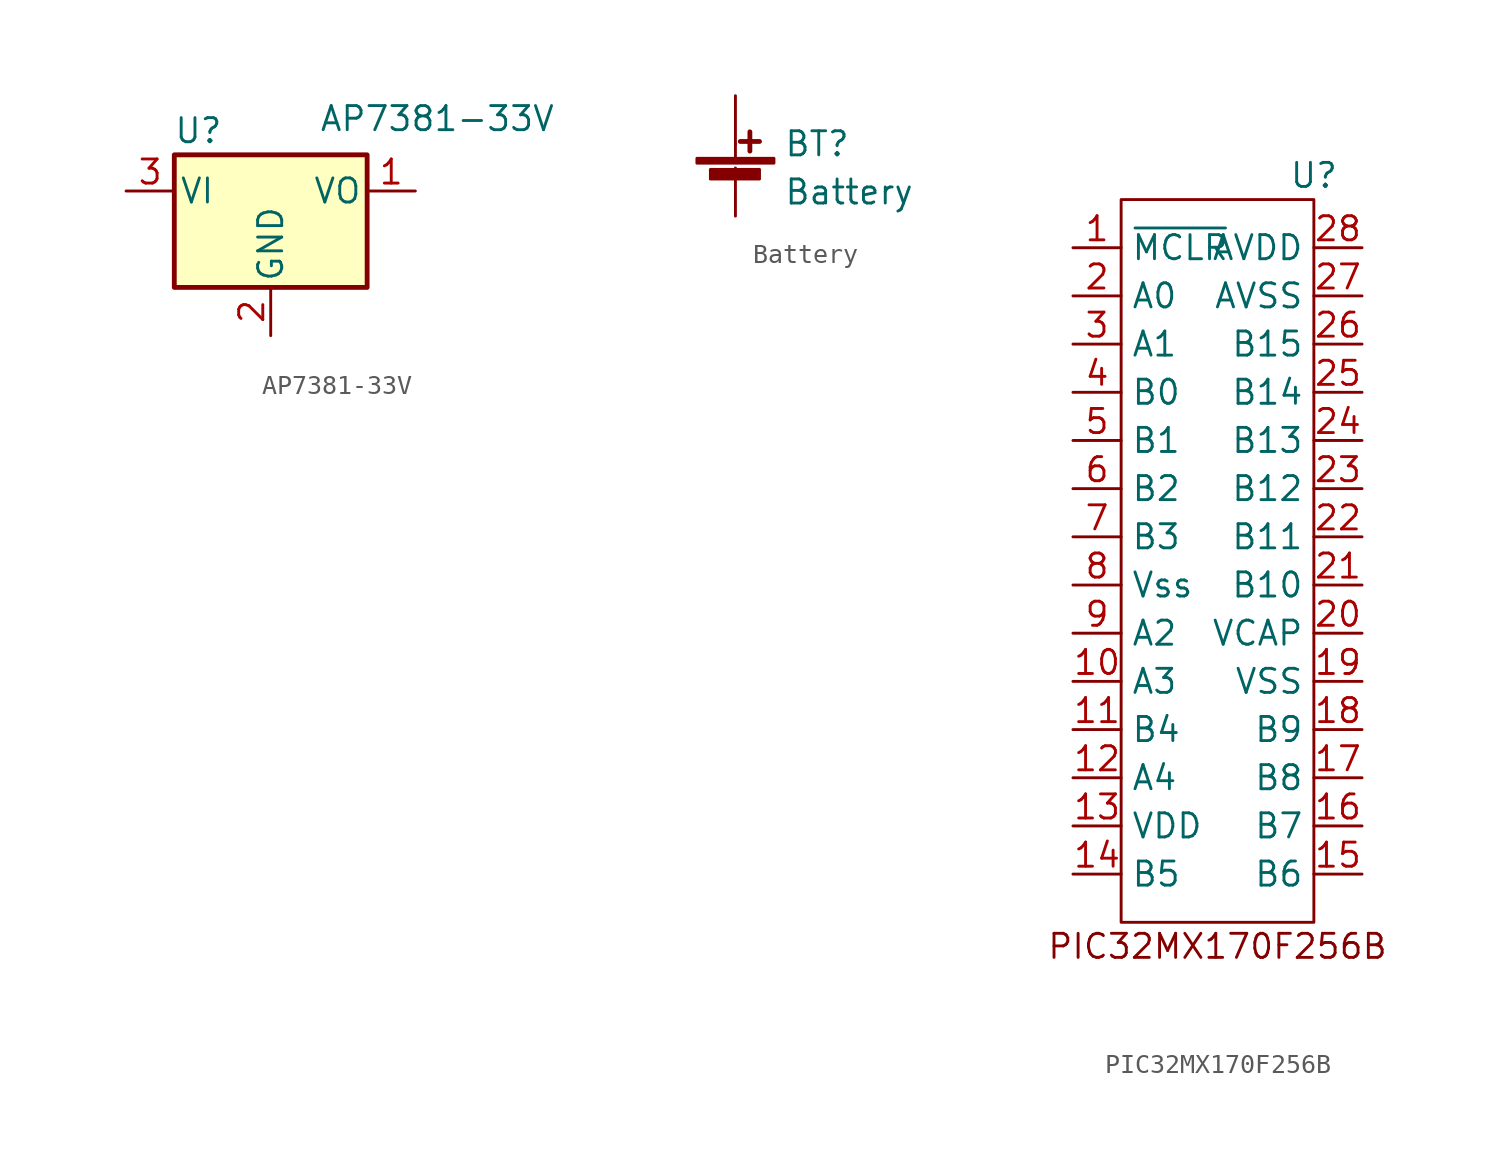
<source format=kicad_sym>
(kicad_symbol_lib
  (version 20220914)
  (generator kicad_symbol_editor)
  (symbol "AP7381-33V"
    (pin_names
      (offset 0.254))
    (property "Reference" "U"
      (at -3.81 3.175 0)
      (effects (font (size 1.27 1.27))))
    (property "Value" "AP7381-33V"
      (at 2.54 3.81 0)
      (effects (font (size 1.27 1.27)) (justify left)))
    (symbol "AP7381-33V_0_1"
      (rectangle (start -5.08 1.905) (end 5.08 -5.08) (stroke (width 0.254) (type default)) (fill (type background))))
    (symbol "AP7381-33V_1_1"
      (pin power_out line (at 7.62 0 180) (length 2.54) (name "VO" (effects (font (size 1.27 1.27)))) (number "1" (effects (font (size 1.27 1.27)))))
      (pin power_in line (at 0 -7.62 90) (length 2.54) (name "GND" (effects (font (size 1.27 1.27)))) (number "2" (effects (font (size 1.27 1.27)))))
      (pin power_in line (at -7.62 0 0) (length 2.54) (name "VI" (effects (font (size 1.27 1.27)))) (number "3" (effects (font (size 1.27 1.27)))))))
  (symbol "Battery"
    (pin_numbers hide)
    (pin_names
      (offset 0) hide)
    (property "Reference" "BT"
      (at 2.54 2.54 0)
      (effects (font (size 1.27 1.27)) (justify left)))
    (property "Value" "Battery"
      (at 2.54 0 0)
      (effects (font (size 1.27 1.27)) (justify left)))
    (symbol "Battery_0_1"
      (rectangle (start -2.032 1.778) (end 2.032 1.524) (stroke (width 0) (type default)) (fill (type outline)))
      (rectangle (start -1.321 1.194) (end 1.27 0.686) (stroke (width 0) (type default)) (fill (type outline)))
      (polyline (pts (xy 0 1.778) (xy 0 2.54)) (stroke (width 0) (type default)) (fill (type none)))
      (polyline (pts (xy 0.254 2.667) (xy 1.27 2.667)) (stroke (width 0.254) (type default)) (fill (type none)))
      (polyline (pts (xy 0.762 3.175) (xy 0.762 2.159)) (stroke (width 0.254) (type default)) (fill (type none))))
    (symbol "Battery_1_1"
      (pin passive line (at 0 5.08 270) (length 2.54) (name "+" (effects (font (size 1.27 1.27)))) (number "1" (effects (font (size 1.27 1.27)))))
      (pin passive line (at 0 -1.27 90) (length 2.54) (name "-" (effects (font (size 1.27 1.27)))) (number "2" (effects (font (size 1.27 1.27)))))))
  (symbol "PIC32MX170F256B"
    (property "Reference" "U"
      (at 5.08 8.89 0)
      (effects (font (size 1.27 1.27))))
    (property "Value" ""
      (at 0 0 0)
      (effects (font (size 1.27 1.27))))
    (symbol "PIC32MX170F256B_0_1"
      (rectangle (start -5.08 7.62) (end 5.08 -30.48) (stroke (width 0) (type default)) (fill (type none))))
    (symbol "PIC32MX170F256B_1_1"
      (text "PIC32MX170F256B\n" (at 0 -31.75 0) (effects (font (size 1.27 1.27))))
      (pin power_in line (at -7.62 5.08 0) (length 2.54) (name "~{MCLR}" (effects (font (size 1.27 1.27)))) (number "1" (effects (font (size 1.27 1.27)))))
      (pin bidirectional line (at -7.62 -17.78 0) (length 2.54) (name "A3" (effects (font (size 1.27 1.27)))) (number "10" (effects (font (size 1.27 1.27)))))
      (pin bidirectional line (at -7.62 -20.32 0) (length 2.54) (name "B4" (effects (font (size 1.27 1.27)))) (number "11" (effects (font (size 1.27 1.27)))))
      (pin bidirectional line (at -7.62 -22.86 0) (length 2.54) (name "A4" (effects (font (size 1.27 1.27)))) (number "12" (effects (font (size 1.27 1.27)))))
      (pin power_in line (at -7.62 -25.4 0) (length 2.54) (name "VDD" (effects (font (size 1.27 1.27)))) (number "13" (effects (font (size 1.27 1.27)))))
      (pin bidirectional line (at -7.62 -27.94 0) (length 2.54) (name "B5" (effects (font (size 1.27 1.27)))) (number "14" (effects (font (size 1.27 1.27)))))
      (pin bidirectional line (at 7.62 -27.94 180) (length 2.54) (name "B6" (effects (font (size 1.27 1.27)))) (number "15" (effects (font (size 1.27 1.27)))))
      (pin bidirectional line (at 7.62 -25.4 180) (length 2.54) (name "B7" (effects (font (size 1.27 1.27)))) (number "16" (effects (font (size 1.27 1.27)))))
      (pin bidirectional line (at 7.62 -22.86 180) (length 2.54) (name "B8" (effects (font (size 1.27 1.27)))) (number "17" (effects (font (size 1.27 1.27)))))
      (pin bidirectional line (at 7.62 -20.32 180) (length 2.54) (name "B9" (effects (font (size 1.27 1.27)))) (number "18" (effects (font (size 1.27 1.27)))))
      (pin power_in line (at 7.62 -17.78 180) (length 2.54) (name "VSS" (effects (font (size 1.27 1.27)))) (number "19" (effects (font (size 1.27 1.27)))))
      (pin bidirectional line (at -7.62 2.54 0) (length 2.54) (name "A0" (effects (font (size 1.27 1.27)))) (number "2" (effects (font (size 1.27 1.27)))))
      (pin power_in line (at 7.62 -15.24 180) (length 2.54) (name "VCAP" (effects (font (size 1.27 1.27)))) (number "20" (effects (font (size 1.27 1.27)))))
      (pin bidirectional line (at 7.62 -12.7 180) (length 2.54) (name "B10" (effects (font (size 1.27 1.27)))) (number "21" (effects (font (size 1.27 1.27)))))
      (pin bidirectional line (at 7.62 -10.16 180) (length 2.54) (name "B11" (effects (font (size 1.27 1.27)))) (number "22" (effects (font (size 1.27 1.27)))))
      (pin bidirectional line (at 7.62 -7.62 180) (length 2.54) (name "B12" (effects (font (size 1.27 1.27)))) (number "23" (effects (font (size 1.27 1.27)))))
      (pin bidirectional line (at 7.62 -5.08 180) (length 2.54) (name "B13" (effects (font (size 1.27 1.27)))) (number "24" (effects (font (size 1.27 1.27)))))
      (pin bidirectional line (at 7.62 -2.54 180) (length 2.54) (name "B14" (effects (font (size 1.27 1.27)))) (number "25" (effects (font (size 1.27 1.27)))))
      (pin bidirectional line (at 7.62 0 180) (length 2.54) (name "B15" (effects (font (size 1.27 1.27)))) (number "26" (effects (font (size 1.27 1.27)))))
      (pin power_in line (at 7.62 2.54 180) (length 2.54) (name "AVSS" (effects (font (size 1.27 1.27)))) (number "27" (effects (font (size 1.27 1.27)))))
      (pin power_in line (at 7.62 5.08 180) (length 2.54) (name "AVDD" (effects (font (size 1.27 1.27)))) (number "28" (effects (font (size 1.27 1.27)))))
      (pin bidirectional line (at -7.62 0 0) (length 2.54) (name "A1" (effects (font (size 1.27 1.27)))) (number "3" (effects (font (size 1.27 1.27)))))
      (pin bidirectional line (at -7.62 -2.54 0) (length 2.54) (name "B0" (effects (font (size 1.27 1.27)))) (number "4" (effects (font (size 1.27 1.27)))))
      (pin bidirectional line (at -7.62 -5.08 0) (length 2.54) (name "B1" (effects (font (size 1.27 1.27)))) (number "5" (effects (font (size 1.27 1.27)))))
      (pin bidirectional line (at -7.62 -7.62 0) (length 2.54) (name "B2" (effects (font (size 1.27 1.27)))) (number "6" (effects (font (size 1.27 1.27)))))
      (pin bidirectional line (at -7.62 -10.16 0) (length 2.54) (name "B3" (effects (font (size 1.27 1.27)))) (number "7" (effects (font (size 1.27 1.27)))))
      (pin power_in line (at -7.62 -12.7 0) (length 2.54) (name "Vss" (effects (font (size 1.27 1.27)))) (number "8" (effects (font (size 1.27 1.27)))))
      (pin bidirectional line (at -7.62 -15.24 0) (length 2.54) (name "A2" (effects (font (size 1.27 1.27)))) (number "9" (effects (font (size 1.27 1.27))))))))
</source>
